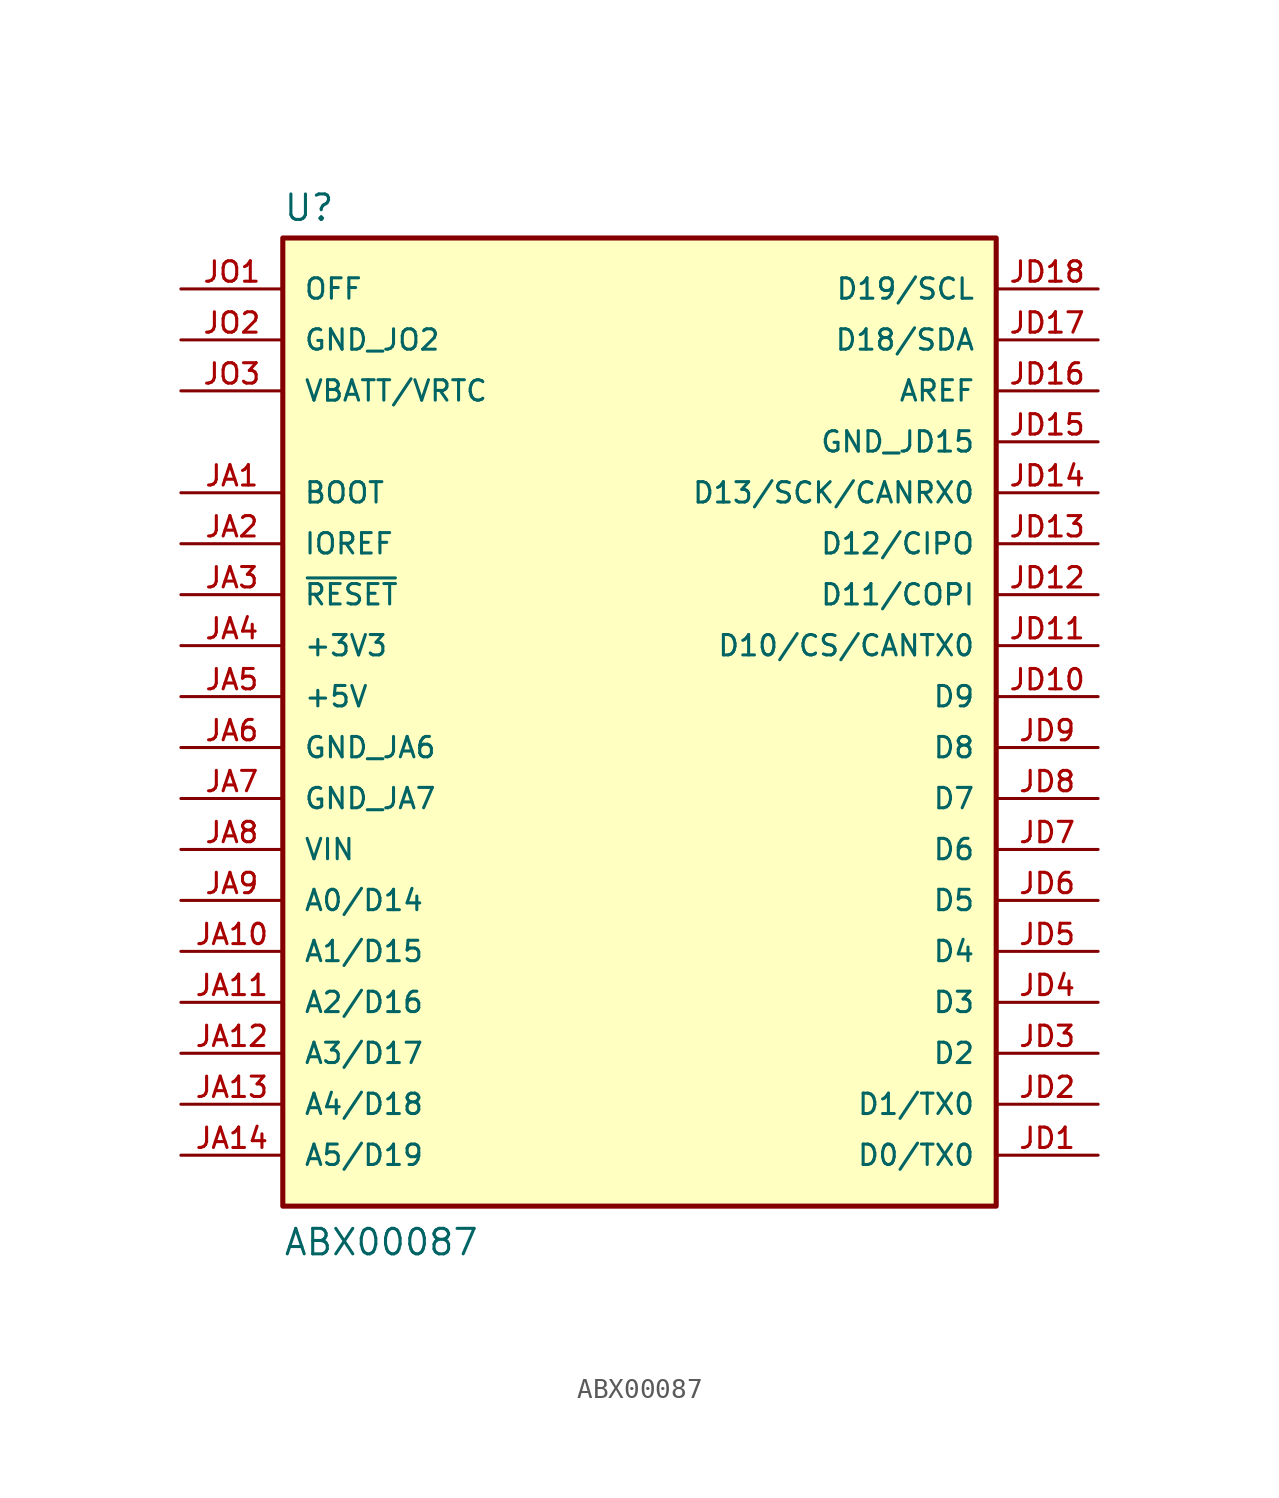
<source format=kicad_sym>
(kicad_symbol_lib
  (version 20211014)
  (generator kicad_symbol_editor)
  (symbol "ABX00087"
    (pin_names
      (offset 1.016))
    (property "Reference" "U"
      (at -17.78 26.162 0)
      (effects (font (size 1.27 1.27)) (justify bottom left)))
    (property "Value" "ABX00087"
      (at -17.78 -25.4 0)
      (effects (font (size 1.27 1.27)) (justify bottom left)))
    (symbol "ABX00087_0_0"
      (rectangle (start -17.78 -22.86) (end 17.78 25.4) (stroke (width 0.254)) (fill (type background)))
      (pin power_in line (at -22.86 20.32 0) (length 5.08) (name "GND_JO2" (effects (font (size 1.016 1.016)))) (number "JO2" (effects (font (size 1.016 1.016)))))
      (pin input line (at -22.86 22.86 0) (length 5.08) (name "OFF" (effects (font (size 1.016 1.016)))) (number "JO1" (effects (font (size 1.016 1.016)))))
      (pin power_in line (at -22.86 17.78 0) (length 5.08) (name "VBATT/VRTC" (effects (font (size 1.016 1.016)))) (number "JO3" (effects (font (size 1.016 1.016)))))
      (pin passive line (at -22.86 12.7 0) (length 5.08) (name "BOOT" (effects (font (size 1.016 1.016)))) (number "JA1" (effects (font (size 1.016 1.016)))))
      (pin input line (at -22.86 10.16 0) (length 5.08) (name "IOREF" (effects (font (size 1.016 1.016)))) (number "JA2" (effects (font (size 1.016 1.016)))))
      (pin input line (at -22.86 7.62 0) (length 5.08) (name "~{RESET}" (effects (font (size 1.016 1.016)))) (number "JA3" (effects (font (size 1.016 1.016)))))
      (pin power_in line (at -22.86 5.08 0) (length 5.08) (name "+3V3" (effects (font (size 1.016 1.016)))) (number "JA4" (effects (font (size 1.016 1.016)))))
      (pin power_in line (at -22.86 2.54 0) (length 5.08) (name "+5V" (effects (font (size 1.016 1.016)))) (number "JA5" (effects (font (size 1.016 1.016)))))
      (pin power_in line (at -22.86 0.0 0) (length 5.08) (name "GND_JA6" (effects (font (size 1.016 1.016)))) (number "JA6" (effects (font (size 1.016 1.016)))))
      (pin power_in line (at -22.86 -5.08 0) (length 5.08) (name "VIN" (effects (font (size 1.016 1.016)))) (number "JA8" (effects (font (size 1.016 1.016)))))
      (pin bidirectional line (at -22.86 -7.62 0) (length 5.08) (name "A0/D14" (effects (font (size 1.016 1.016)))) (number "JA9" (effects (font (size 1.016 1.016)))))
      (pin power_in line (at -22.86 -2.54 0) (length 5.08) (name "GND_JA7" (effects (font (size 1.016 1.016)))) (number "JA7" (effects (font (size 1.016 1.016)))))
      (pin bidirectional line (at -22.86 -10.16 0) (length 5.08) (name "A1/D15" (effects (font (size 1.016 1.016)))) (number "JA10" (effects (font (size 1.016 1.016)))))
      (pin bidirectional line (at -22.86 -12.7 0) (length 5.08) (name "A2/D16" (effects (font (size 1.016 1.016)))) (number "JA11" (effects (font (size 1.016 1.016)))))
      (pin bidirectional line (at -22.86 -15.24 0) (length 5.08) (name "A3/D17" (effects (font (size 1.016 1.016)))) (number "JA12" (effects (font (size 1.016 1.016)))))
      (pin bidirectional line (at -22.86 -17.78 0) (length 5.08) (name "A4/D18" (effects (font (size 1.016 1.016)))) (number "JA13" (effects (font (size 1.016 1.016)))))
      (pin bidirectional line (at -22.86 -20.32 0) (length 5.08) (name "A5/D19" (effects (font (size 1.016 1.016)))) (number "JA14" (effects (font (size 1.016 1.016)))))
      (pin bidirectional line (at 22.86 22.86 180.0) (length 5.08) (name "D19/SCL" (effects (font (size 1.016 1.016)))) (number "JD18" (effects (font (size 1.016 1.016)))))
      (pin bidirectional line (at 22.86 20.32 180.0) (length 5.08) (name "D18/SDA" (effects (font (size 1.016 1.016)))) (number "JD17" (effects (font (size 1.016 1.016)))))
      (pin input line (at 22.86 17.78 180.0) (length 5.08) (name "AREF" (effects (font (size 1.016 1.016)))) (number "JD16" (effects (font (size 1.016 1.016)))))
      (pin power_in line (at 22.86 15.24 180.0) (length 5.08) (name "GND_JD15" (effects (font (size 1.016 1.016)))) (number "JD15" (effects (font (size 1.016 1.016)))))
      (pin bidirectional line (at 22.86 12.7 180.0) (length 5.08) (name "D13/SCK/CANRX0" (effects (font (size 1.016 1.016)))) (number "JD14" (effects (font (size 1.016 1.016)))))
      (pin bidirectional line (at 22.86 10.16 180.0) (length 5.08) (name "D12/CIPO" (effects (font (size 1.016 1.016)))) (number "JD13" (effects (font (size 1.016 1.016)))))
      (pin bidirectional line (at 22.86 7.62 180.0) (length 5.08) (name "D11/COPI" (effects (font (size 1.016 1.016)))) (number "JD12" (effects (font (size 1.016 1.016)))))
      (pin bidirectional line (at 22.86 5.08 180.0) (length 5.08) (name "D10/CS/CANTX0" (effects (font (size 1.016 1.016)))) (number "JD11" (effects (font (size 1.016 1.016)))))
      (pin bidirectional line (at 22.86 2.54 180.0) (length 5.08) (name "D9" (effects (font (size 1.016 1.016)))) (number "JD10" (effects (font (size 1.016 1.016)))))
      (pin bidirectional line (at 22.86 0.0 180.0) (length 5.08) (name "D8" (effects (font (size 1.016 1.016)))) (number "JD9" (effects (font (size 1.016 1.016)))))
      (pin bidirectional line (at 22.86 -2.54 180.0) (length 5.08) (name "D7" (effects (font (size 1.016 1.016)))) (number "JD8" (effects (font (size 1.016 1.016)))))
      (pin bidirectional line (at 22.86 -5.08 180.0) (length 5.08) (name "D6" (effects (font (size 1.016 1.016)))) (number "JD7" (effects (font (size 1.016 1.016)))))
      (pin bidirectional line (at 22.86 -7.62 180.0) (length 5.08) (name "D5" (effects (font (size 1.016 1.016)))) (number "JD6" (effects (font (size 1.016 1.016)))))
      (pin bidirectional line (at 22.86 -10.16 180.0) (length 5.08) (name "D4" (effects (font (size 1.016 1.016)))) (number "JD5" (effects (font (size 1.016 1.016)))))
      (pin bidirectional line (at 22.86 -12.7 180.0) (length 5.08) (name "D3" (effects (font (size 1.016 1.016)))) (number "JD4" (effects (font (size 1.016 1.016)))))
      (pin bidirectional line (at 22.86 -15.24 180.0) (length 5.08) (name "D2" (effects (font (size 1.016 1.016)))) (number "JD3" (effects (font (size 1.016 1.016)))))
      (pin bidirectional line (at 22.86 -17.78 180.0) (length 5.08) (name "D1/TX0" (effects (font (size 1.016 1.016)))) (number "JD2" (effects (font (size 1.016 1.016)))))
      (pin bidirectional line (at 22.86 -20.32 180.0) (length 5.08) (name "D0/TX0" (effects (font (size 1.016 1.016)))) (number "JD1" (effects (font (size 1.016 1.016))))))))
</source>
